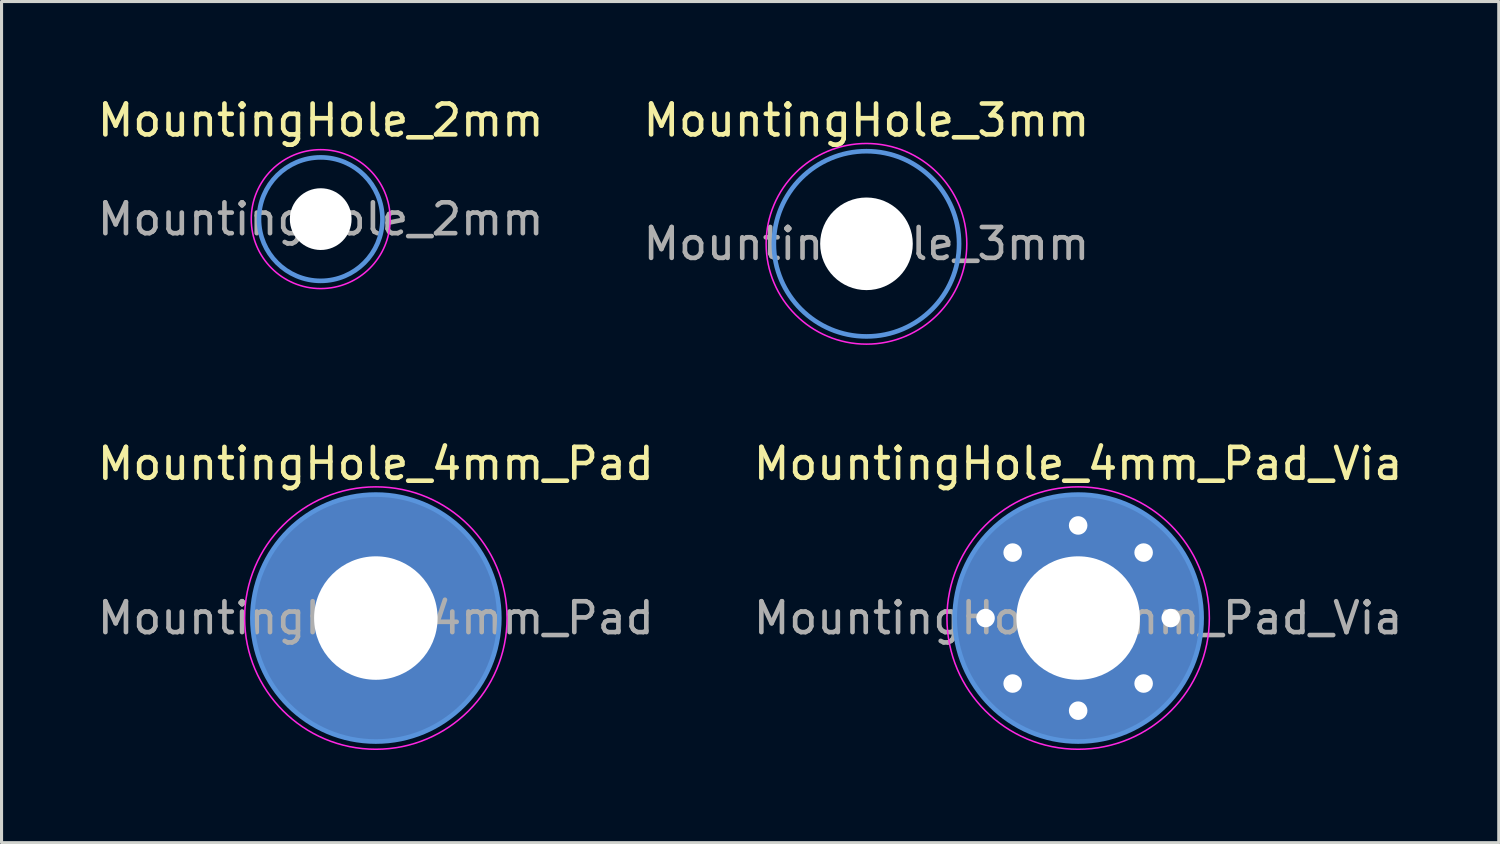
<source format=kicad_pcb>
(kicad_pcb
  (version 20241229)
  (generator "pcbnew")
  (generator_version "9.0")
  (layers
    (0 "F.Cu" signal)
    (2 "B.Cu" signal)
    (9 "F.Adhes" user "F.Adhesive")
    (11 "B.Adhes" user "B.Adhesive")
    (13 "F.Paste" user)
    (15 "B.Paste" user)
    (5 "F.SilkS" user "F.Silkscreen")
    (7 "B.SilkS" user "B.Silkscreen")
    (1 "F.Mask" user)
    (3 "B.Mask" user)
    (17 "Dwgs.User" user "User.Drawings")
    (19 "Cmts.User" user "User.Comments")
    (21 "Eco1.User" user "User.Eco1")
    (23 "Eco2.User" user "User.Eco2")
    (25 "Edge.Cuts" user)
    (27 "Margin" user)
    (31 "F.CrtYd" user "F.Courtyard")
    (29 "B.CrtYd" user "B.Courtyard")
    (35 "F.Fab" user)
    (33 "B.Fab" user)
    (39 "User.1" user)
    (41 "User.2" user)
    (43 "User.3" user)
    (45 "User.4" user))
  (footprint "MountingHole_4mm_Pad_Via"
    (layer "F.Cu")
    (at 31.875 16.971)
    (property "Reference" "MountingHole_4mm_Pad_Via" (at 0 -5 0) (layer "F.SilkS") (effects (font (size 1 1) (thickness 0.15))))
    (attr exclude_from_pos_files exclude_from_bom)
    (fp_circle (center 0 0) (end 4 0) (stroke (width 0.15) (type solid)) (fill no) (layer "Cmts.User"))
    (fp_circle (center 0 0) (end 4.25 0) (stroke (width 0.05) (type solid)) (fill no) (layer "F.CrtYd"))
    (fp_text user "${REFERENCE}" (at 0 0 0) (layer "F.Fab") (effects (font (size 1 1) (thickness 0.15))))
    (pad "1" thru_hole circle (at -3 0) (size 0.9 0.9) (drill 0.6) (layers "*.Cu" "*.Mask"))
    (pad "1" thru_hole circle (at -2.121 -2.121) (size 0.9 0.9) (drill 0.6) (layers "*.Cu" "*.Mask"))
    (pad "1" thru_hole circle (at -2.121 2.121) (size 0.9 0.9) (drill 0.6) (layers "*.Cu" "*.Mask"))
    (pad "1" thru_hole circle (at 0 -3) (size 0.9 0.9) (drill 0.6) (layers "*.Cu" "*.Mask"))
    (pad "1" thru_hole circle (at 0 0) (size 8 8) (drill 4) (layers "*.Cu" "*.Mask"))
    (pad "1" thru_hole circle (at 0 3) (size 0.9 0.9) (drill 0.6) (layers "*.Cu" "*.Mask"))
    (pad "1" thru_hole circle (at 2.121 -2.121) (size 0.9 0.9) (drill 0.6) (layers "*.Cu" "*.Mask"))
    (pad "1" thru_hole circle (at 2.121 2.121) (size 0.9 0.9) (drill 0.6) (layers "*.Cu" "*.Mask"))
    (pad "1" thru_hole circle (at 3 0) (size 0.9 0.9) (drill 0.6) (layers "*.Cu" "*.Mask")))
  (footprint "MountingHole_2mm"
    (layer "F.Cu")
    (at 7.339 4.048)
    (property "Reference" "MountingHole_2mm" (at 0 -3.2 0) (layer "F.SilkS") (effects (font (size 1 1) (thickness 0.15))))
    (attr exclude_from_pos_files exclude_from_bom)
    (fp_circle (center 0 0) (end 2 0) (stroke (width 0.15) (type solid)) (fill no) (layer "Cmts.User"))
    (fp_circle (center 0 0) (end 2.25 0) (stroke (width 0.05) (type solid)) (fill no) (layer "F.CrtYd"))
    (fp_text user "${REFERENCE}" (at 0 0 0) (layer "F.Fab") (effects (font (size 1 1) (thickness 0.15))))
    (pad "" np_thru_hole circle (at 0 0) (size 2 2) (drill 2) (layers "*.Cu" "*.Mask")))
  (footprint "MountingHole_4mm_Pad"
    (layer "F.Cu")
    (at 9.125 16.971)
    (property "Reference" "MountingHole_4mm_Pad" (at 0 -5 0) (layer "F.SilkS") (effects (font (size 1 1) (thickness 0.15))))
    (attr exclude_from_pos_files exclude_from_bom)
    (fp_circle (center 0 0) (end 4 0) (stroke (width 0.15) (type solid)) (fill no) (layer "Cmts.User"))
    (fp_circle (center 0 0) (end 4.25 0) (stroke (width 0.05) (type solid)) (fill no) (layer "F.CrtYd"))
    (fp_text user "${REFERENCE}" (at 0 0 0) (layer "F.Fab") (effects (font (size 1 1) (thickness 0.15))))
    (pad "1" thru_hole circle (at 0 0) (size 8 8) (drill 4) (layers "*.Cu" "*.Mask")))
  (footprint "MountingHole_3mm"
    (layer "F.Cu")
    (at 25.018 4.848)
    (property "Reference" "MountingHole_3mm" (at 0 -4 0) (layer "F.SilkS") (effects (font (size 1 1) (thickness 0.15))))
    (attr exclude_from_pos_files exclude_from_bom)
    (fp_circle (center 0 0) (end 3 0) (stroke (width 0.15) (type solid)) (fill no) (layer "Cmts.User"))
    (fp_circle (center 0 0) (end 3.25 0) (stroke (width 0.05) (type solid)) (fill no) (layer "F.CrtYd"))
    (fp_text user "${REFERENCE}" (at 0 0 0) (layer "F.Fab") (effects (font (size 1 1) (thickness 0.15))))
    (pad "" np_thru_hole circle (at 0 0) (size 3 3) (drill 3) (layers "*.Cu" "*.Mask")))
  (gr_rect
    (start -3 -3)
    (end 45.5 24.247)
    (stroke (width 0.1) (type default))
    (fill no)
    (layer "Edge.Cuts")))
</source>
